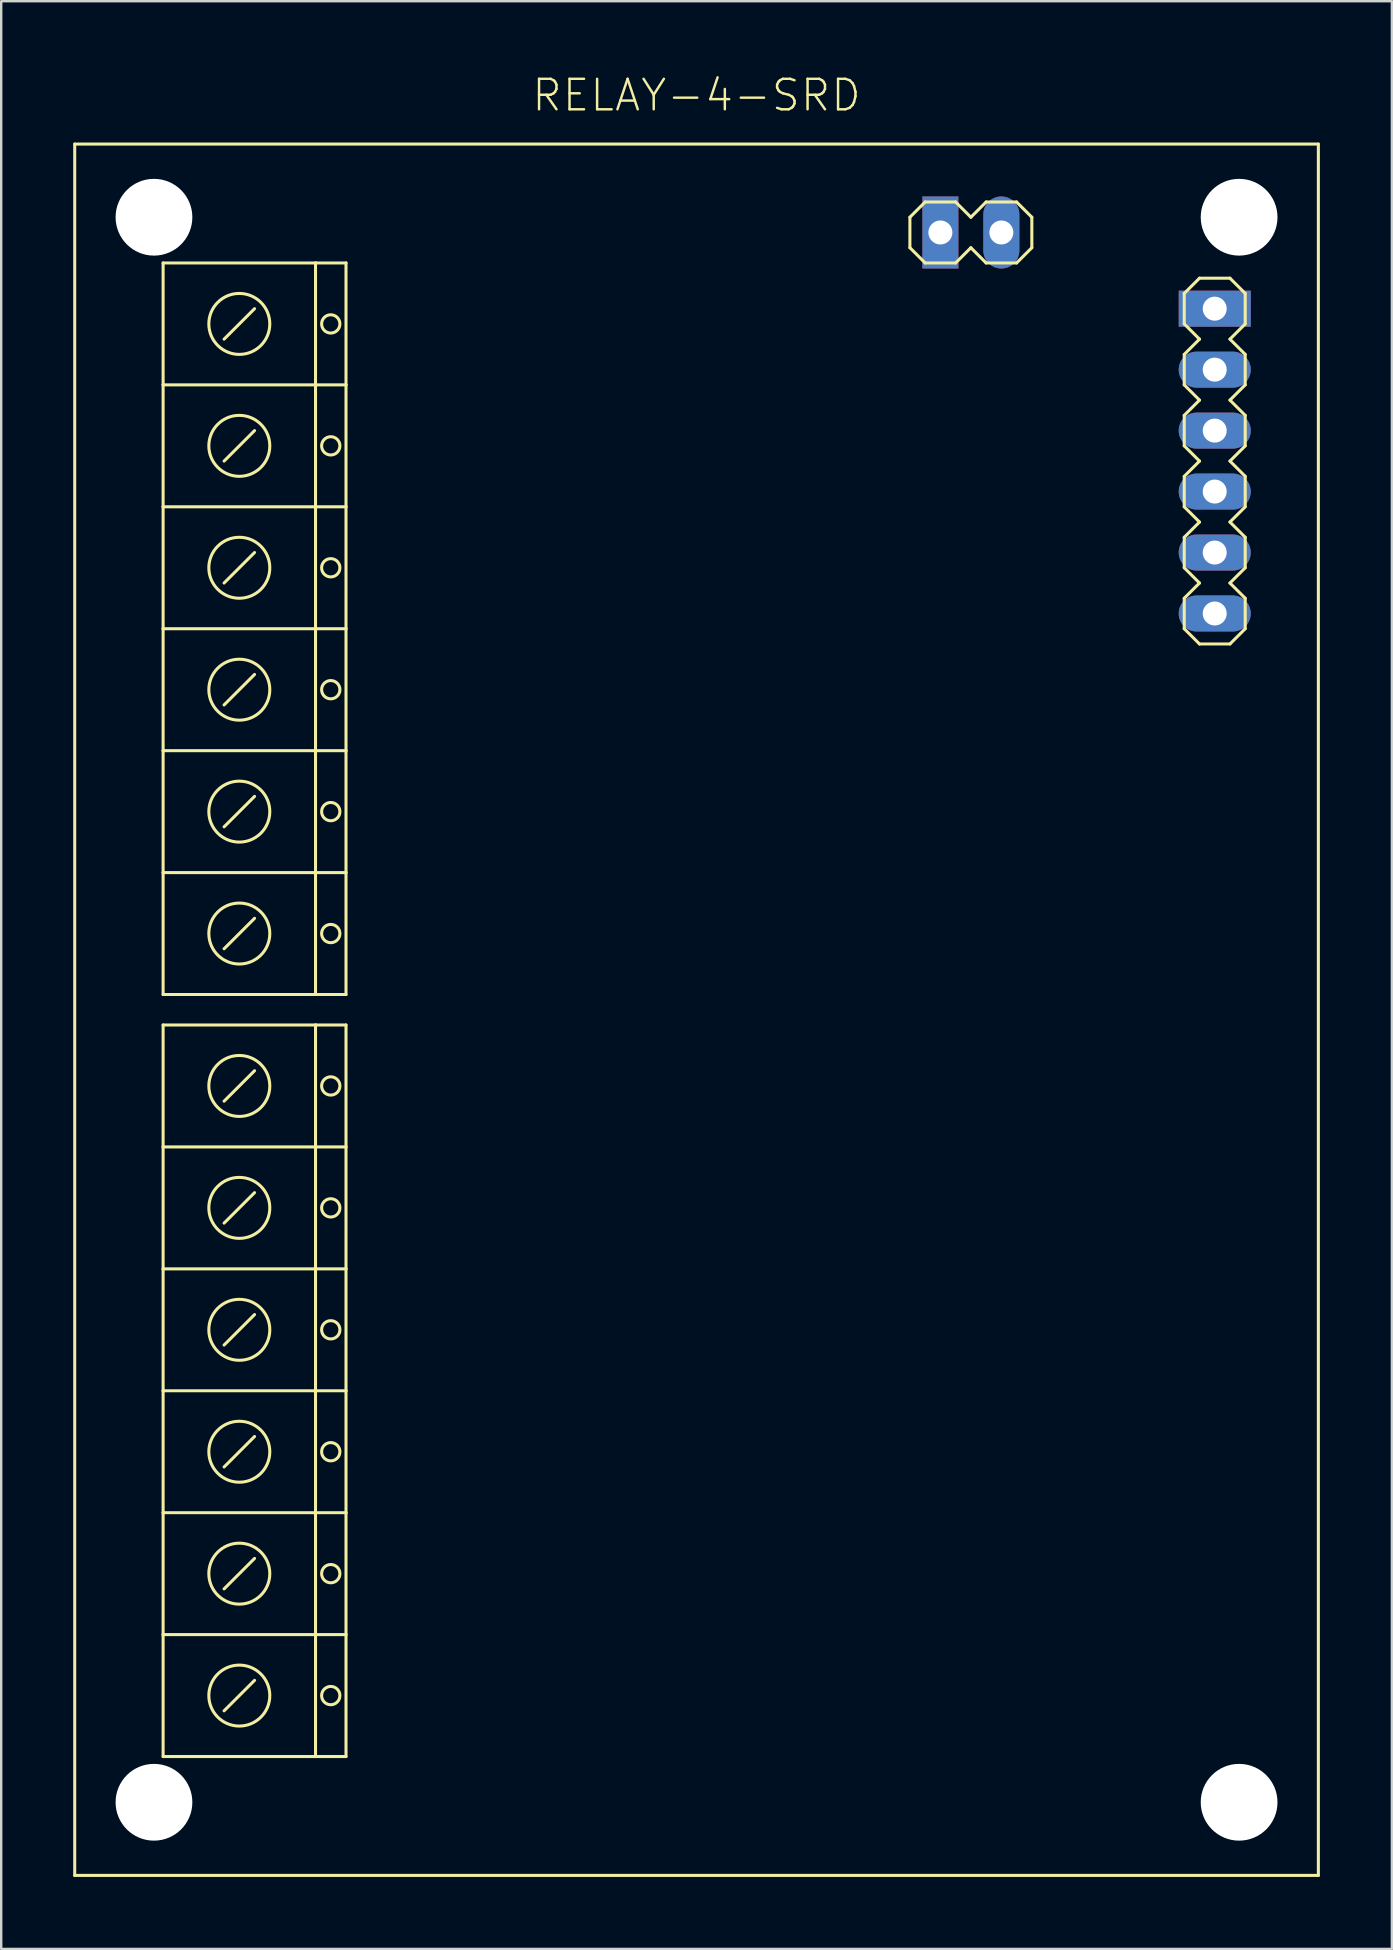
<source format=kicad_pcb>
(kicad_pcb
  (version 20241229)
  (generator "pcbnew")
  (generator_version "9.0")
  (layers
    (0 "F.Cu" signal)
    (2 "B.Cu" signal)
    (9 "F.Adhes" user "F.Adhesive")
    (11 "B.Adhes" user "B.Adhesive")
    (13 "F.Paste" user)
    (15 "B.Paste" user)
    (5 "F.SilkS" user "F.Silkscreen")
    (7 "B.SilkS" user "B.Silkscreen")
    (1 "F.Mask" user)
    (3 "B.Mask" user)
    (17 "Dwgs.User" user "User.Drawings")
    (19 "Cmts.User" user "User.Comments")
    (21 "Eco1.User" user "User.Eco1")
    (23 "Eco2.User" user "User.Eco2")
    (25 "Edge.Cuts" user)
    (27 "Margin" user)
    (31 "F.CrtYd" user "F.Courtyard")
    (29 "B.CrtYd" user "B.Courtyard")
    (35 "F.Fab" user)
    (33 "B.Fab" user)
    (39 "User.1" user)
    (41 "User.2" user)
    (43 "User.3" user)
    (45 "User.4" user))
  (footprint "RELAY-4-SRD"
    (layer "F.Cu")
    (at 25.971 39.021)
    (property "Reference" "RELAY-4-SRD" (at 0 -38.1 0) (layer "F.SilkS") (effects (font (size 1.27 1.27) (thickness 0.102))))
    (attr exclude_from_pos_files exclude_from_bom)
    (fp_line (start -25.908 -36.068) (end 25.908 -36.068) (stroke (width 0.127) (type solid)) (layer "F.SilkS"))
    (fp_line (start -25.908 36.068) (end -25.908 -36.068) (stroke (width 0.127) (type solid)) (layer "F.SilkS"))
    (fp_line (start -22.225 -31.115) (end -15.875 -31.115) (stroke (width 0.127) (type solid)) (layer "F.SilkS"))
    (fp_line (start -22.225 -26.035) (end -22.225 -31.115) (stroke (width 0.127) (type solid)) (layer "F.SilkS"))
    (fp_line (start -22.225 -20.955) (end -22.225 -26.035) (stroke (width 0.127) (type solid)) (layer "F.SilkS"))
    (fp_line (start -22.225 -20.955) (end -22.225 -15.875) (stroke (width 0.127) (type solid)) (layer "F.SilkS"))
    (fp_line (start -22.225 -15.875) (end -22.225 -10.795) (stroke (width 0.127) (type solid)) (layer "F.SilkS"))
    (fp_line (start -22.225 -15.875) (end -14.605 -15.875) (stroke (width 0.127) (type solid)) (layer "F.SilkS"))
    (fp_line (start -22.225 -10.795) (end -22.225 -5.715) (stroke (width 0.127) (type solid)) (layer "F.SilkS"))
    (fp_line (start -22.225 -10.795) (end -14.605 -10.795) (stroke (width 0.127) (type solid)) (layer "F.SilkS"))
    (fp_line (start -22.225 -5.715) (end -22.225 -0.635) (stroke (width 0.127) (type solid)) (layer "F.SilkS"))
    (fp_line (start -22.225 -5.715) (end -14.605 -5.715) (stroke (width 0.127) (type solid)) (layer "F.SilkS"))
    (fp_line (start -22.225 -0.635) (end -15.875 -0.635) (stroke (width 0.127) (type solid)) (layer "F.SilkS"))
    (fp_line (start -22.225 0.635) (end -15.875 0.635) (stroke (width 0.127) (type solid)) (layer "F.SilkS"))
    (fp_line (start -22.225 5.715) (end -22.225 0.635) (stroke (width 0.127) (type solid)) (layer "F.SilkS"))
    (fp_line (start -22.225 10.795) (end -22.225 5.715) (stroke (width 0.127) (type solid)) (layer "F.SilkS"))
    (fp_line (start -22.225 10.795) (end -22.225 15.875) (stroke (width 0.127) (type solid)) (layer "F.SilkS"))
    (fp_line (start -22.225 15.875) (end -22.225 20.955) (stroke (width 0.127) (type solid)) (layer "F.SilkS"))
    (fp_line (start -22.225 15.875) (end -14.605 15.875) (stroke (width 0.127) (type solid)) (layer "F.SilkS"))
    (fp_line (start -22.225 20.955) (end -22.225 26.035) (stroke (width 0.127) (type solid)) (layer "F.SilkS"))
    (fp_line (start -22.225 20.955) (end -14.605 20.955) (stroke (width 0.127) (type solid)) (layer "F.SilkS"))
    (fp_line (start -22.225 26.035) (end -22.225 31.115) (stroke (width 0.127) (type solid)) (layer "F.SilkS"))
    (fp_line (start -22.225 26.035) (end -14.605 26.035) (stroke (width 0.127) (type solid)) (layer "F.SilkS"))
    (fp_line (start -22.225 31.115) (end -15.875 31.115) (stroke (width 0.127) (type solid)) (layer "F.SilkS"))
    (fp_line (start -18.415 -29.21) (end -19.685 -27.94) (stroke (width 0.127) (type solid)) (layer "F.SilkS"))
    (fp_line (start -18.415 -24.13) (end -19.685 -22.86) (stroke (width 0.127) (type solid)) (layer "F.SilkS"))
    (fp_line (start -18.415 -19.05) (end -19.685 -17.78) (stroke (width 0.127) (type solid)) (layer "F.SilkS"))
    (fp_line (start -18.415 -13.97) (end -19.685 -12.7) (stroke (width 0.127) (type solid)) (layer "F.SilkS"))
    (fp_line (start -18.415 -8.89) (end -19.685 -7.62) (stroke (width 0.127) (type solid)) (layer "F.SilkS"))
    (fp_line (start -18.415 -3.81) (end -19.685 -2.54) (stroke (width 0.127) (type solid)) (layer "F.SilkS"))
    (fp_line (start -18.415 2.54) (end -19.685 3.81) (stroke (width 0.127) (type solid)) (layer "F.SilkS"))
    (fp_line (start -18.415 7.62) (end -19.685 8.89) (stroke (width 0.127) (type solid)) (layer "F.SilkS"))
    (fp_line (start -18.415 12.7) (end -19.685 13.97) (stroke (width 0.127) (type solid)) (layer "F.SilkS"))
    (fp_line (start -18.415 17.78) (end -19.685 19.05) (stroke (width 0.127) (type solid)) (layer "F.SilkS"))
    (fp_line (start -18.415 22.86) (end -19.685 24.13) (stroke (width 0.127) (type solid)) (layer "F.SilkS"))
    (fp_line (start -18.415 27.94) (end -19.685 29.21) (stroke (width 0.127) (type solid)) (layer "F.SilkS"))
    (fp_line (start -15.875 -31.115) (end -15.875 -0.635) (stroke (width 0.127) (type solid)) (layer "F.SilkS"))
    (fp_line (start -15.875 -31.115) (end -14.605 -31.115) (stroke (width 0.127) (type solid)) (layer "F.SilkS"))
    (fp_line (start -15.875 -0.635) (end -14.605 -0.635) (stroke (width 0.127) (type solid)) (layer "F.SilkS"))
    (fp_line (start -15.875 0.635) (end -15.875 31.115) (stroke (width 0.127) (type solid)) (layer "F.SilkS"))
    (fp_line (start -15.875 0.635) (end -14.605 0.635) (stroke (width 0.127) (type solid)) (layer "F.SilkS"))
    (fp_line (start -15.875 31.115) (end -14.605 31.115) (stroke (width 0.127) (type solid)) (layer "F.SilkS"))
    (fp_line (start -14.605 -31.115) (end -14.605 -26.035) (stroke (width 0.127) (type solid)) (layer "F.SilkS"))
    (fp_line (start -14.605 -26.035) (end -22.225 -26.035) (stroke (width 0.127) (type solid)) (layer "F.SilkS"))
    (fp_line (start -14.605 -26.035) (end -14.605 -20.955) (stroke (width 0.127) (type solid)) (layer "F.SilkS"))
    (fp_line (start -14.605 -20.955) (end -22.225 -20.955) (stroke (width 0.127) (type solid)) (layer "F.SilkS"))
    (fp_line (start -14.605 -15.875) (end -14.605 -20.955) (stroke (width 0.127) (type solid)) (layer "F.SilkS"))
    (fp_line (start -14.605 -10.795) (end -14.605 -15.875) (stroke (width 0.127) (type solid)) (layer "F.SilkS"))
    (fp_line (start -14.605 -5.715) (end -14.605 -10.795) (stroke (width 0.127) (type solid)) (layer "F.SilkS"))
    (fp_line (start -14.605 -0.635) (end -14.605 -5.715) (stroke (width 0.127) (type solid)) (layer "F.SilkS"))
    (fp_line (start -14.605 0.635) (end -14.605 5.715) (stroke (width 0.127) (type solid)) (layer "F.SilkS"))
    (fp_line (start -14.605 5.715) (end -22.225 5.715) (stroke (width 0.127) (type solid)) (layer "F.SilkS"))
    (fp_line (start -14.605 5.715) (end -14.605 10.795) (stroke (width 0.127) (type solid)) (layer "F.SilkS"))
    (fp_line (start -14.605 10.795) (end -22.225 10.795) (stroke (width 0.127) (type solid)) (layer "F.SilkS"))
    (fp_line (start -14.605 15.875) (end -14.605 10.795) (stroke (width 0.127) (type solid)) (layer "F.SilkS"))
    (fp_line (start -14.605 20.955) (end -14.605 15.875) (stroke (width 0.127) (type solid)) (layer "F.SilkS"))
    (fp_line (start -14.605 26.035) (end -14.605 20.955) (stroke (width 0.127) (type solid)) (layer "F.SilkS"))
    (fp_line (start -14.605 31.115) (end -14.605 26.035) (stroke (width 0.127) (type solid)) (layer "F.SilkS"))
    (fp_line (start 8.89 -33.02) (end 9.525 -33.655) (stroke (width 0.127) (type solid)) (layer "F.SilkS"))
    (fp_line (start 8.89 -31.75) (end 8.89 -33.02) (stroke (width 0.127) (type solid)) (layer "F.SilkS"))
    (fp_line (start 9.525 -33.655) (end 10.795 -33.655) (stroke (width 0.127) (type solid)) (layer "F.SilkS"))
    (fp_line (start 9.525 -31.115) (end 8.89 -31.75) (stroke (width 0.127) (type solid)) (layer "F.SilkS"))
    (fp_line (start 10.795 -33.655) (end 11.43 -33.02) (stroke (width 0.127) (type solid)) (layer "F.SilkS"))
    (fp_line (start 10.795 -31.115) (end 9.525 -31.115) (stroke (width 0.127) (type solid)) (layer "F.SilkS"))
    (fp_line (start 11.43 -33.02) (end 12.065 -33.655) (stroke (width 0.127) (type solid)) (layer "F.SilkS"))
    (fp_line (start 11.43 -31.75) (end 10.795 -31.115) (stroke (width 0.127) (type solid)) (layer "F.SilkS"))
    (fp_line (start 12.065 -33.655) (end 13.335 -33.655) (stroke (width 0.127) (type solid)) (layer "F.SilkS"))
    (fp_line (start 12.065 -31.115) (end 11.43 -31.75) (stroke (width 0.127) (type solid)) (layer "F.SilkS"))
    (fp_line (start 13.335 -33.655) (end 13.97 -33.02) (stroke (width 0.127) (type solid)) (layer "F.SilkS"))
    (fp_line (start 13.335 -31.115) (end 12.065 -31.115) (stroke (width 0.127) (type solid)) (layer "F.SilkS"))
    (fp_line (start 13.97 -33.02) (end 13.97 -31.75) (stroke (width 0.127) (type solid)) (layer "F.SilkS"))
    (fp_line (start 13.97 -31.75) (end 13.335 -31.115) (stroke (width 0.127) (type solid)) (layer "F.SilkS"))
    (fp_line (start 20.32 -29.845) (end 20.955 -30.48) (stroke (width 0.127) (type solid)) (layer "F.SilkS"))
    (fp_line (start 20.32 -28.575) (end 20.32 -29.845) (stroke (width 0.127) (type solid)) (layer "F.SilkS"))
    (fp_line (start 20.32 -27.305) (end 20.955 -27.94) (stroke (width 0.127) (type solid)) (layer "F.SilkS"))
    (fp_line (start 20.32 -26.035) (end 20.32 -27.305) (stroke (width 0.127) (type solid)) (layer "F.SilkS"))
    (fp_line (start 20.32 -24.765) (end 20.955 -25.4) (stroke (width 0.127) (type solid)) (layer "F.SilkS"))
    (fp_line (start 20.32 -23.495) (end 20.32 -24.765) (stroke (width 0.127) (type solid)) (layer "F.SilkS"))
    (fp_line (start 20.32 -22.225) (end 20.955 -22.86) (stroke (width 0.127) (type solid)) (layer "F.SilkS"))
    (fp_line (start 20.32 -20.955) (end 20.32 -22.225) (stroke (width 0.127) (type solid)) (layer "F.SilkS"))
    (fp_line (start 20.32 -19.685) (end 20.32 -18.415) (stroke (width 0.127) (type solid)) (layer "F.SilkS"))
    (fp_line (start 20.32 -18.415) (end 20.955 -17.78) (stroke (width 0.127) (type solid)) (layer "F.SilkS"))
    (fp_line (start 20.32 -17.145) (end 20.32 -15.875) (stroke (width 0.127) (type solid)) (layer "F.SilkS"))
    (fp_line (start 20.32 -15.875) (end 20.955 -15.24) (stroke (width 0.127) (type solid)) (layer "F.SilkS"))
    (fp_line (start 20.955 -30.48) (end 22.225 -30.48) (stroke (width 0.127) (type solid)) (layer "F.SilkS"))
    (fp_line (start 20.955 -27.94) (end 20.32 -28.575) (stroke (width 0.127) (type solid)) (layer "F.SilkS"))
    (fp_line (start 20.955 -25.4) (end 20.32 -26.035) (stroke (width 0.127) (type solid)) (layer "F.SilkS"))
    (fp_line (start 20.955 -22.86) (end 20.32 -23.495) (stroke (width 0.127) (type solid)) (layer "F.SilkS"))
    (fp_line (start 20.955 -20.32) (end 20.32 -20.955) (stroke (width 0.127) (type solid)) (layer "F.SilkS"))
    (fp_line (start 20.955 -20.32) (end 20.32 -19.685) (stroke (width 0.127) (type solid)) (layer "F.SilkS"))
    (fp_line (start 20.955 -17.78) (end 20.32 -17.145) (stroke (width 0.127) (type solid)) (layer "F.SilkS"))
    (fp_line (start 20.955 -15.24) (end 22.225 -15.24) (stroke (width 0.127) (type solid)) (layer "F.SilkS"))
    (fp_line (start 22.225 -30.48) (end 22.86 -29.845) (stroke (width 0.127) (type solid)) (layer "F.SilkS"))
    (fp_line (start 22.225 -27.94) (end 22.86 -27.305) (stroke (width 0.127) (type solid)) (layer "F.SilkS"))
    (fp_line (start 22.225 -25.4) (end 22.86 -24.765) (stroke (width 0.127) (type solid)) (layer "F.SilkS"))
    (fp_line (start 22.225 -22.86) (end 22.86 -22.225) (stroke (width 0.127) (type solid)) (layer "F.SilkS"))
    (fp_line (start 22.225 -17.78) (end 22.86 -18.415) (stroke (width 0.127) (type solid)) (layer "F.SilkS"))
    (fp_line (start 22.225 -15.24) (end 22.86 -15.875) (stroke (width 0.127) (type solid)) (layer "F.SilkS"))
    (fp_line (start 22.86 -29.845) (end 22.86 -28.575) (stroke (width 0.127) (type solid)) (layer "F.SilkS"))
    (fp_line (start 22.86 -28.575) (end 22.225 -27.94) (stroke (width 0.127) (type solid)) (layer "F.SilkS"))
    (fp_line (start 22.86 -27.305) (end 22.86 -26.035) (stroke (width 0.127) (type solid)) (layer "F.SilkS"))
    (fp_line (start 22.86 -26.035) (end 22.225 -25.4) (stroke (width 0.127) (type solid)) (layer "F.SilkS"))
    (fp_line (start 22.86 -24.765) (end 22.86 -23.495) (stroke (width 0.127) (type solid)) (layer "F.SilkS"))
    (fp_line (start 22.86 -23.495) (end 22.225 -22.86) (stroke (width 0.127) (type solid)) (layer "F.SilkS"))
    (fp_line (start 22.86 -22.225) (end 22.86 -20.955) (stroke (width 0.127) (type solid)) (layer "F.SilkS"))
    (fp_line (start 22.86 -20.955) (end 22.225 -20.32) (stroke (width 0.127) (type solid)) (layer "F.SilkS"))
    (fp_line (start 22.86 -19.685) (end 22.225 -20.32) (stroke (width 0.127) (type solid)) (layer "F.SilkS"))
    (fp_line (start 22.86 -18.415) (end 22.86 -19.685) (stroke (width 0.127) (type solid)) (layer "F.SilkS"))
    (fp_line (start 22.86 -17.145) (end 22.225 -17.78) (stroke (width 0.127) (type solid)) (layer "F.SilkS"))
    (fp_line (start 22.86 -15.875) (end 22.86 -17.145) (stroke (width 0.127) (type solid)) (layer "F.SilkS"))
    (fp_line (start 25.908 -36.068) (end 25.908 36.068) (stroke (width 0.127) (type solid)) (layer "F.SilkS"))
    (fp_line (start 25.908 36.068) (end -25.908 36.068) (stroke (width 0.127) (type solid)) (layer "F.SilkS"))
    (fp_circle (center -19.05 -28.575) (end -19.05 -29.845) (stroke (width 0.127) (type solid)) (fill no) (layer "F.SilkS"))
    (fp_circle (center -19.05 -23.495) (end -19.05 -24.765) (stroke (width 0.127) (type solid)) (fill no) (layer "F.SilkS"))
    (fp_circle (center -19.05 -18.415) (end -19.05 -19.685) (stroke (width 0.127) (type solid)) (fill no) (layer "F.SilkS"))
    (fp_circle (center -19.05 -13.335) (end -19.05 -14.605) (stroke (width 0.127) (type solid)) (fill no) (layer "F.SilkS"))
    (fp_circle (center -19.05 -8.255) (end -19.05 -9.525) (stroke (width 0.127) (type solid)) (fill no) (layer "F.SilkS"))
    (fp_circle (center -19.05 -3.175) (end -19.05 -4.445) (stroke (width 0.127) (type solid)) (fill no) (layer "F.SilkS"))
    (fp_circle (center -19.05 3.175) (end -19.05 1.905) (stroke (width 0.127) (type solid)) (fill no) (layer "F.SilkS"))
    (fp_circle (center -19.05 8.255) (end -19.05 6.985) (stroke (width 0.127) (type solid)) (fill no) (layer "F.SilkS"))
    (fp_circle (center -19.05 13.335) (end -19.05 12.065) (stroke (width 0.127) (type solid)) (fill no) (layer "F.SilkS"))
    (fp_circle (center -19.05 18.415) (end -19.05 17.145) (stroke (width 0.127) (type solid)) (fill no) (layer "F.SilkS"))
    (fp_circle (center -19.05 23.495) (end -19.05 22.225) (stroke (width 0.127) (type solid)) (fill no) (layer "F.SilkS"))
    (fp_circle (center -19.05 28.575) (end -19.05 27.305) (stroke (width 0.127) (type solid)) (fill no) (layer "F.SilkS"))
    (fp_circle (center -15.24 -28.575) (end -15.24 -28.956) (stroke (width 0.127) (type solid)) (fill no) (layer "F.SilkS"))
    (fp_circle (center -15.24 -23.495) (end -15.24 -23.876) (stroke (width 0.127) (type solid)) (fill no) (layer "F.SilkS"))
    (fp_circle (center -15.24 -18.415) (end -15.24 -18.796) (stroke (width 0.127) (type solid)) (fill no) (layer "F.SilkS"))
    (fp_circle (center -15.24 -13.335) (end -15.24 -13.716) (stroke (width 0.127) (type solid)) (fill no) (layer "F.SilkS"))
    (fp_circle (center -15.24 -8.255) (end -15.24 -8.636) (stroke (width 0.127) (type solid)) (fill no) (layer "F.SilkS"))
    (fp_circle (center -15.24 -3.175) (end -15.24 -3.556) (stroke (width 0.127) (type solid)) (fill no) (layer "F.SilkS"))
    (fp_circle (center -15.24 3.175) (end -15.24 2.794) (stroke (width 0.127) (type solid)) (fill no) (layer "F.SilkS"))
    (fp_circle (center -15.24 8.255) (end -15.24 7.874) (stroke (width 0.127) (type solid)) (fill no) (layer "F.SilkS"))
    (fp_circle (center -15.24 13.335) (end -15.24 12.954) (stroke (width 0.127) (type solid)) (fill no) (layer "F.SilkS"))
    (fp_circle (center -15.24 18.415) (end -15.24 18.034) (stroke (width 0.127) (type solid)) (fill no) (layer "F.SilkS"))
    (fp_circle (center -15.24 23.495) (end -15.24 23.114) (stroke (width 0.127) (type solid)) (fill no) (layer "F.SilkS"))
    (fp_circle (center -15.24 28.575) (end -15.24 28.194) (stroke (width 0.127) (type solid)) (fill no) (layer "F.SilkS"))
    (pad "" np_thru_hole circle (at -22.606 -33.02) (size 3.198 3.198) (drill 3.198) (layers "*.Cu" "*.Mask"))
    (pad "" np_thru_hole circle (at -22.606 33.02) (size 3.198 3.198) (drill 3.198) (layers "*.Cu" "*.Mask"))
    (pad "" np_thru_hole circle (at 22.606 -33.02) (size 3.198 3.198) (drill 3.198) (layers "*.Cu" "*.Mask"))
    (pad "" np_thru_hole circle (at 22.606 33.02) (size 3.198 3.198) (drill 3.198) (layers "*.Cu" "*.Mask"))
    (pad "J1.1" thru_hole rect (at 21.59 -29.21) (size 3 1.5) (drill 1) (layers "*.Cu" "*.Paste" "*.Mask"))
    (pad "J1.2" thru_hole oval (at 21.59 -26.67) (size 3 1.5) (drill 1) (layers "*.Cu" "*.Paste" "*.Mask"))
    (pad "J1.3" thru_hole oval (at 21.59 -24.13) (size 3 1.5) (drill 1) (layers "*.Cu" "*.Paste" "*.Mask"))
    (pad "J1.4" thru_hole oval (at 21.59 -21.59) (size 3 1.5) (drill 1) (layers "*.Cu" "*.Paste" "*.Mask"))
    (pad "J1.5" thru_hole oval (at 21.59 -19.05) (size 3 1.5) (drill 1) (layers "*.Cu" "*.Paste" "*.Mask"))
    (pad "J1.6" thru_hole oval (at 21.59 -16.51) (size 3 1.5) (drill 1) (layers "*.Cu" "*.Paste" "*.Mask"))
    (pad "J2.1" thru_hole rect (at 10.16 -32.385) (size 1.5 3) (drill 1) (layers "*.Cu" "*.Paste" "*.Mask"))
    (pad "J2.2" thru_hole oval (at 12.7 -32.385 90) (size 3 1.5) (drill 1) (layers "*.Cu" "*.Paste" "*.Mask")))
  (gr_rect
    (start -3 -3)
    (end 54.943 78.153)
    (stroke (width 0.1) (type default))
    (fill no)
    (layer "Edge.Cuts")))
</source>
